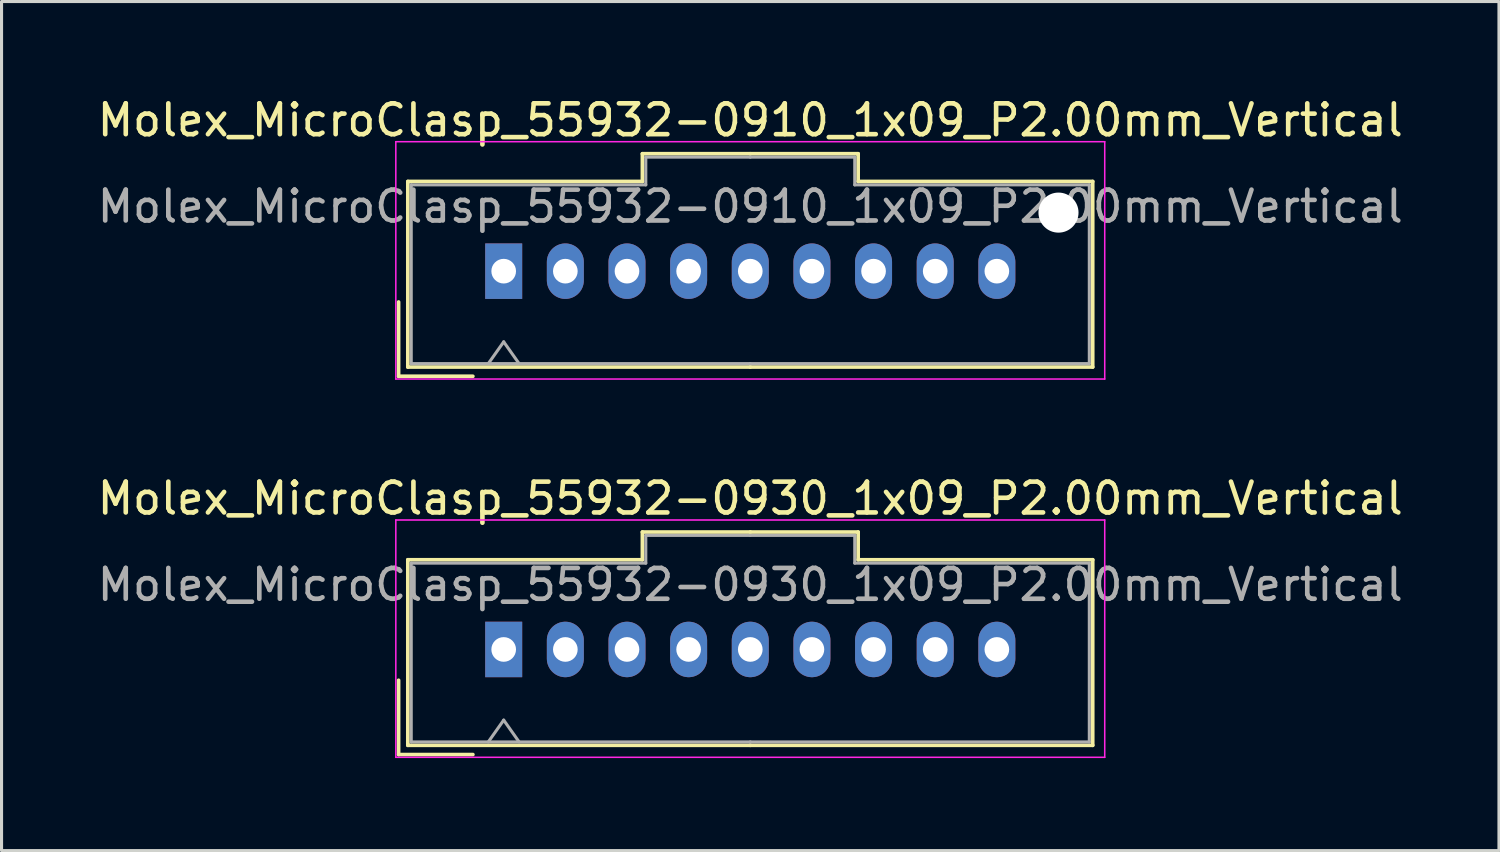
<source format=kicad_pcb>
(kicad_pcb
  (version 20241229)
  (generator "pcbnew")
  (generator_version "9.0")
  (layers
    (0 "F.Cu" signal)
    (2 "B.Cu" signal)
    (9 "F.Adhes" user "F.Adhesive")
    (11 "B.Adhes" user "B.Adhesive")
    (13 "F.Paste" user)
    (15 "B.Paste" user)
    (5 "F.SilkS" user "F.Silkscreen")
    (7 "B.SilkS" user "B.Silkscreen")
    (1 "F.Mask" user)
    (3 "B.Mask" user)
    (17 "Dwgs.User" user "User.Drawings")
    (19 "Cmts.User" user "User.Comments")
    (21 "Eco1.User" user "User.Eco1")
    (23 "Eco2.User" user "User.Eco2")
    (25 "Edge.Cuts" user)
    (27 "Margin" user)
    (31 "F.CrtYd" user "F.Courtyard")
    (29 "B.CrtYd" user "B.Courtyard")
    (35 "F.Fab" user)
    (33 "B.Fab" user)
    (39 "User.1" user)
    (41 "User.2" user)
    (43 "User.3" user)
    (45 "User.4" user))
  (footprint "Molex_MicroClasp_55932-0910_1x09_P2.00mm_Vertical"
    (layer "F.Cu")
    (at 13.292 5.748)
    (property "Reference" "Molex_MicroClasp_55932-0910_1x09_P2.00mm_Vertical" (at 8 -4.9 0) (layer "F.SilkS") (effects (font (size 1 1) (thickness 0.15))))
    (attr through_hole)
    (fp_line (start -3.41 1) (end -3.41 3.41) (stroke (width 0.12) (type solid)) (layer "F.SilkS"))
    (fp_line (start -3.41 3.41) (end -1 3.41) (stroke (width 0.12) (type solid)) (layer "F.SilkS"))
    (fp_line (start -3.11 -2.91) (end -3.11 3.11) (stroke (width 0.12) (type solid)) (layer "F.SilkS"))
    (fp_line (start -3.11 3.11) (end 8 3.11) (stroke (width 0.12) (type solid)) (layer "F.SilkS"))
    (fp_line (start 4.5 -3.81) (end 4.5 -2.91) (stroke (width 0.12) (type solid)) (layer "F.SilkS"))
    (fp_line (start 4.5 -2.91) (end -3.11 -2.91) (stroke (width 0.12) (type solid)) (layer "F.SilkS"))
    (fp_line (start 8 -3.81) (end 4.5 -3.81) (stroke (width 0.12) (type solid)) (layer "F.SilkS"))
    (fp_line (start 8 -3.81) (end 11.5 -3.81) (stroke (width 0.12) (type solid)) (layer "F.SilkS"))
    (fp_line (start 11.5 -3.81) (end 11.5 -2.91) (stroke (width 0.12) (type solid)) (layer "F.SilkS"))
    (fp_line (start 11.5 -2.91) (end 19.11 -2.91) (stroke (width 0.12) (type solid)) (layer "F.SilkS"))
    (fp_line (start 19.11 -2.91) (end 19.11 3.11) (stroke (width 0.12) (type solid)) (layer "F.SilkS"))
    (fp_line (start 19.11 3.11) (end 8 3.11) (stroke (width 0.12) (type solid)) (layer "F.SilkS"))
    (fp_line (start -3.5 -4.2) (end -3.5 3.5) (stroke (width 0.05) (type solid)) (layer "F.CrtYd"))
    (fp_line (start -3.5 3.5) (end 19.5 3.5) (stroke (width 0.05) (type solid)) (layer "F.CrtYd"))
    (fp_line (start 19.5 -4.2) (end -3.5 -4.2) (stroke (width 0.05) (type solid)) (layer "F.CrtYd"))
    (fp_line (start 19.5 3.5) (end 19.5 -4.2) (stroke (width 0.05) (type solid)) (layer "F.CrtYd"))
    (fp_line (start -3 -2.8) (end -3 3) (stroke (width 0.1) (type solid)) (layer "F.Fab"))
    (fp_line (start -3 3) (end 8 3) (stroke (width 0.1) (type solid)) (layer "F.Fab"))
    (fp_line (start -0.5 3) (end 0 2.293) (stroke (width 0.1) (type solid)) (layer "F.Fab"))
    (fp_line (start 0 2.293) (end 0.5 3) (stroke (width 0.1) (type solid)) (layer "F.Fab"))
    (fp_line (start 4.61 -3.7) (end 4.61 -2.8) (stroke (width 0.1) (type solid)) (layer "F.Fab"))
    (fp_line (start 4.61 -2.8) (end -3 -2.8) (stroke (width 0.1) (type solid)) (layer "F.Fab"))
    (fp_line (start 8 -3.7) (end 4.61 -3.7) (stroke (width 0.1) (type solid)) (layer "F.Fab"))
    (fp_line (start 8 -3.7) (end 11.39 -3.7) (stroke (width 0.1) (type solid)) (layer "F.Fab"))
    (fp_line (start 11.39 -3.7) (end 11.39 -2.8) (stroke (width 0.1) (type solid)) (layer "F.Fab"))
    (fp_line (start 11.39 -2.8) (end 19 -2.8) (stroke (width 0.1) (type solid)) (layer "F.Fab"))
    (fp_line (start 19 -2.8) (end 19 3) (stroke (width 0.1) (type solid)) (layer "F.Fab"))
    (fp_line (start 19 3) (end 8 3) (stroke (width 0.1) (type solid)) (layer "F.Fab"))
    (fp_text user "${REFERENCE}" (at 8 -2.1 0) (layer "F.Fab") (effects (font (size 1 1) (thickness 0.15))))
    (pad "" np_thru_hole circle (at 18 -1.9) (size 1.3 1.3) (drill 1.3) (layers "*.Cu" "*.Mask"))
    (pad "1" thru_hole rect (at 0 0) (size 1.2 1.8) (drill 0.8) (layers "*.Cu" "*.Mask"))
    (pad "2" thru_hole oval (at 2 0) (size 1.2 1.8) (drill 0.8) (layers "*.Cu" "*.Mask"))
    (pad "3" thru_hole oval (at 4 0) (size 1.2 1.8) (drill 0.8) (layers "*.Cu" "*.Mask"))
    (pad "4" thru_hole oval (at 6 0) (size 1.2 1.8) (drill 0.8) (layers "*.Cu" "*.Mask"))
    (pad "5" thru_hole oval (at 8 0) (size 1.2 1.8) (drill 0.8) (layers "*.Cu" "*.Mask"))
    (pad "6" thru_hole oval (at 10 0) (size 1.2 1.8) (drill 0.8) (layers "*.Cu" "*.Mask"))
    (pad "7" thru_hole oval (at 12 0) (size 1.2 1.8) (drill 0.8) (layers "*.Cu" "*.Mask"))
    (pad "8" thru_hole oval (at 14 0) (size 1.2 1.8) (drill 0.8) (layers "*.Cu" "*.Mask"))
    (pad "9" thru_hole oval (at 16 0) (size 1.2 1.8) (drill 0.8) (layers "*.Cu" "*.Mask")))
  (footprint "Molex_MicroClasp_55932-0930_1x09_P2.00mm_Vertical"
    (layer "F.Cu")
    (at 13.292 18.021)
    (property "Reference" "Molex_MicroClasp_55932-0930_1x09_P2.00mm_Vertical" (at 8 -4.9 0) (layer "F.SilkS") (effects (font (size 1 1) (thickness 0.15))))
    (attr through_hole)
    (fp_line (start -3.41 1) (end -3.41 3.41) (stroke (width 0.12) (type solid)) (layer "F.SilkS"))
    (fp_line (start -3.41 3.41) (end -1 3.41) (stroke (width 0.12) (type solid)) (layer "F.SilkS"))
    (fp_line (start -3.11 -2.91) (end -3.11 3.11) (stroke (width 0.12) (type solid)) (layer "F.SilkS"))
    (fp_line (start -3.11 3.11) (end 8 3.11) (stroke (width 0.12) (type solid)) (layer "F.SilkS"))
    (fp_line (start 4.5 -3.81) (end 4.5 -2.91) (stroke (width 0.12) (type solid)) (layer "F.SilkS"))
    (fp_line (start 4.5 -2.91) (end -3.11 -2.91) (stroke (width 0.12) (type solid)) (layer "F.SilkS"))
    (fp_line (start 8 -3.81) (end 4.5 -3.81) (stroke (width 0.12) (type solid)) (layer "F.SilkS"))
    (fp_line (start 8 -3.81) (end 11.5 -3.81) (stroke (width 0.12) (type solid)) (layer "F.SilkS"))
    (fp_line (start 11.5 -3.81) (end 11.5 -2.91) (stroke (width 0.12) (type solid)) (layer "F.SilkS"))
    (fp_line (start 11.5 -2.91) (end 19.11 -2.91) (stroke (width 0.12) (type solid)) (layer "F.SilkS"))
    (fp_line (start 19.11 -2.91) (end 19.11 3.11) (stroke (width 0.12) (type solid)) (layer "F.SilkS"))
    (fp_line (start 19.11 3.11) (end 8 3.11) (stroke (width 0.12) (type solid)) (layer "F.SilkS"))
    (fp_line (start -3.5 -4.2) (end -3.5 3.5) (stroke (width 0.05) (type solid)) (layer "F.CrtYd"))
    (fp_line (start -3.5 3.5) (end 19.5 3.5) (stroke (width 0.05) (type solid)) (layer "F.CrtYd"))
    (fp_line (start 19.5 -4.2) (end -3.5 -4.2) (stroke (width 0.05) (type solid)) (layer "F.CrtYd"))
    (fp_line (start 19.5 3.5) (end 19.5 -4.2) (stroke (width 0.05) (type solid)) (layer "F.CrtYd"))
    (fp_line (start -3 -2.8) (end -3 3) (stroke (width 0.1) (type solid)) (layer "F.Fab"))
    (fp_line (start -3 3) (end 8 3) (stroke (width 0.1) (type solid)) (layer "F.Fab"))
    (fp_line (start -0.5 3) (end 0 2.293) (stroke (width 0.1) (type solid)) (layer "F.Fab"))
    (fp_line (start 0 2.293) (end 0.5 3) (stroke (width 0.1) (type solid)) (layer "F.Fab"))
    (fp_line (start 4.61 -3.7) (end 4.61 -2.8) (stroke (width 0.1) (type solid)) (layer "F.Fab"))
    (fp_line (start 4.61 -2.8) (end -3 -2.8) (stroke (width 0.1) (type solid)) (layer "F.Fab"))
    (fp_line (start 8 -3.7) (end 4.61 -3.7) (stroke (width 0.1) (type solid)) (layer "F.Fab"))
    (fp_line (start 8 -3.7) (end 11.39 -3.7) (stroke (width 0.1) (type solid)) (layer "F.Fab"))
    (fp_line (start 11.39 -3.7) (end 11.39 -2.8) (stroke (width 0.1) (type solid)) (layer "F.Fab"))
    (fp_line (start 11.39 -2.8) (end 19 -2.8) (stroke (width 0.1) (type solid)) (layer "F.Fab"))
    (fp_line (start 19 -2.8) (end 19 3) (stroke (width 0.1) (type solid)) (layer "F.Fab"))
    (fp_line (start 19 3) (end 8 3) (stroke (width 0.1) (type solid)) (layer "F.Fab"))
    (fp_text user "${REFERENCE}" (at 8 -2.1 0) (layer "F.Fab") (effects (font (size 1 1) (thickness 0.15))))
    (pad "1" thru_hole rect (at 0 0) (size 1.2 1.8) (drill 0.8) (layers "*.Cu" "*.Mask"))
    (pad "2" thru_hole oval (at 2 0) (size 1.2 1.8) (drill 0.8) (layers "*.Cu" "*.Mask"))
    (pad "3" thru_hole oval (at 4 0) (size 1.2 1.8) (drill 0.8) (layers "*.Cu" "*.Mask"))
    (pad "4" thru_hole oval (at 6 0) (size 1.2 1.8) (drill 0.8) (layers "*.Cu" "*.Mask"))
    (pad "5" thru_hole oval (at 8 0) (size 1.2 1.8) (drill 0.8) (layers "*.Cu" "*.Mask"))
    (pad "6" thru_hole oval (at 10 0) (size 1.2 1.8) (drill 0.8) (layers "*.Cu" "*.Mask"))
    (pad "7" thru_hole oval (at 12 0) (size 1.2 1.8) (drill 0.8) (layers "*.Cu" "*.Mask"))
    (pad "8" thru_hole oval (at 14 0) (size 1.2 1.8) (drill 0.8) (layers "*.Cu" "*.Mask"))
    (pad "9" thru_hole oval (at 16 0) (size 1.2 1.8) (drill 0.8) (layers "*.Cu" "*.Mask")))
  (gr_rect
    (start -3 -3)
    (end 45.583 24.547)
    (stroke (width 0.1) (type default))
    (fill no)
    (layer "Edge.Cuts")))
</source>
